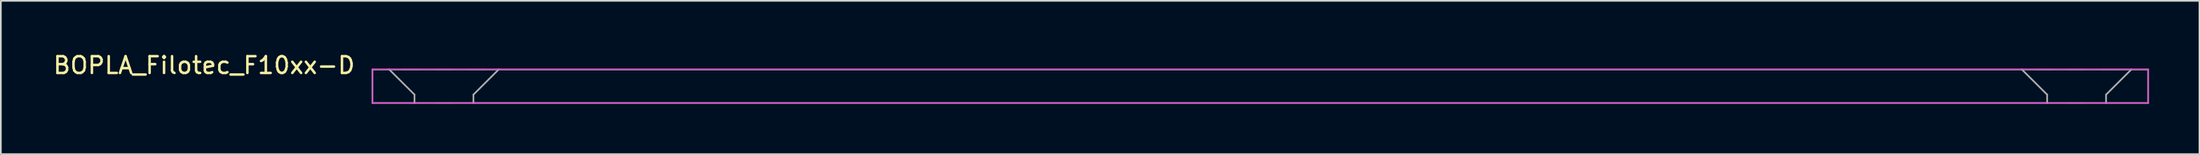
<source format=kicad_pcb>
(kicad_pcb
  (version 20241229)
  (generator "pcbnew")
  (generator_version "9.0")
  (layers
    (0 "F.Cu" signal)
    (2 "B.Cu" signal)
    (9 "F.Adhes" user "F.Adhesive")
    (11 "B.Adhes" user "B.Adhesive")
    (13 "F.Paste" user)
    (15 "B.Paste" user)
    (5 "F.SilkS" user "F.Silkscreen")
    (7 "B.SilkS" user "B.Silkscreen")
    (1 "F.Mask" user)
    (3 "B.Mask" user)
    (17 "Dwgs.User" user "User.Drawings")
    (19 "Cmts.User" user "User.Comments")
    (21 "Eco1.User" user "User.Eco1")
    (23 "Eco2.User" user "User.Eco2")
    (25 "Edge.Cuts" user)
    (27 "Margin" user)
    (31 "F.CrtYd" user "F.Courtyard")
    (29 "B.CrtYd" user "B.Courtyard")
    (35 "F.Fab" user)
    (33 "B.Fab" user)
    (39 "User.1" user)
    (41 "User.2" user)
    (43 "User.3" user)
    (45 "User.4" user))
  (footprint "BOPLA_Filotec_F10xx-D"
    (layer "F.Cu")
    (at 71.827 2.098)
    (property "Reference" "BOPLA_Filotec_F10xx-D" (at -62.75 -1.25 0) (layer "F.SilkS") (effects (font (size 1 1) (thickness 0.15))))
    (attr exclude_from_pos_files exclude_from_bom)
    (fp_line (start -52.75 -1) (end -52.75 1) (stroke (width 0.05) (type solid)) (layer "F.CrtYd"))
    (fp_line (start -52.75 1) (end 52.75 1) (stroke (width 0.05) (type solid)) (layer "F.CrtYd"))
    (fp_line (start 52.75 -1) (end -52.75 -1) (stroke (width 0.05) (type solid)) (layer "F.CrtYd"))
    (fp_line (start 52.75 1) (end 52.75 -1) (stroke (width 0.05) (type solid)) (layer "F.CrtYd"))
    (fp_line (start -52.75 -1) (end -51.75 -1) (stroke (width 0.1) (type solid)) (layer "F.Fab"))
    (fp_line (start -52.75 1) (end -52.75 -1) (stroke (width 0.1) (type solid)) (layer "F.Fab"))
    (fp_line (start -52.75 1) (end -50.25 1) (stroke (width 0.1) (type solid)) (layer "F.Fab"))
    (fp_line (start -51.75 -1) (end -45.25 -1) (stroke (width 0.1) (type solid)) (layer "F.Fab"))
    (fp_line (start -50.25 0.5) (end -51.75 -1) (stroke (width 0.1) (type solid)) (layer "F.Fab"))
    (fp_line (start -50.25 1) (end -50.25 0.5) (stroke (width 0.1) (type solid)) (layer "F.Fab"))
    (fp_line (start -50.25 1) (end -46.75 1) (stroke (width 0.1) (type solid)) (layer "F.Fab"))
    (fp_line (start -50 -1) (end -51 -1) (stroke (width 0.05) (type solid)) (layer "F.Fab"))
    (fp_line (start -49 -1) (end -48 -1) (stroke (width 0.05) (type solid)) (layer "F.Fab"))
    (fp_line (start -49 1) (end -48 1) (stroke (width 0.05) (type solid)) (layer "F.Fab"))
    (fp_line (start -47 -1) (end -46 -1) (stroke (width 0.05) (type solid)) (layer "F.Fab"))
    (fp_line (start -46.75 0.5) (end -45.25 -1) (stroke (width 0.1) (type solid)) (layer "F.Fab"))
    (fp_line (start -46.75 1) (end -46.75 0.5) (stroke (width 0.1) (type solid)) (layer "F.Fab"))
    (fp_line (start -46.75 1) (end 46.75 1) (stroke (width 0.1) (type solid)) (layer "F.Fab"))
    (fp_line (start -45.25 -1) (end 45.25 -1) (stroke (width 0.1) (type solid)) (layer "F.Fab"))
    (fp_line (start 45.25 -1) (end 51.75 -1) (stroke (width 0.1) (type solid)) (layer "F.Fab"))
    (fp_line (start 46.75 0.5) (end 45.25 -1) (stroke (width 0.1) (type solid)) (layer "F.Fab"))
    (fp_line (start 46.75 1) (end 46.75 0.5) (stroke (width 0.1) (type solid)) (layer "F.Fab"))
    (fp_line (start 46.75 1) (end 50.25 1) (stroke (width 0.1) (type solid)) (layer "F.Fab"))
    (fp_line (start 47 -1) (end 46 -1) (stroke (width 0.05) (type solid)) (layer "F.Fab"))
    (fp_line (start 48 -1) (end 49 -1) (stroke (width 0.05) (type solid)) (layer "F.Fab"))
    (fp_line (start 48 1) (end 49 1) (stroke (width 0.05) (type solid)) (layer "F.Fab"))
    (fp_line (start 50 -1) (end 51 -1) (stroke (width 0.05) (type solid)) (layer "F.Fab"))
    (fp_line (start 50.25 0.5) (end 51.75 -1) (stroke (width 0.1) (type solid)) (layer "F.Fab"))
    (fp_line (start 50.25 1) (end 50.25 0.5) (stroke (width 0.1) (type solid)) (layer "F.Fab"))
    (fp_line (start 50.25 1) (end 52.75 1) (stroke (width 0.1) (type solid)) (layer "F.Fab"))
    (fp_line (start 51.75 -1) (end 52.75 -1) (stroke (width 0.1) (type solid)) (layer "F.Fab"))
    (fp_line (start 52.75 -1) (end 52.75 1) (stroke (width 0.1) (type solid)) (layer "F.Fab")))
  (gr_rect
    (start -3 -3)
    (end 127.627 6.148)
    (stroke (width 0.1) (type default))
    (fill no)
    (layer "Edge.Cuts")))
</source>
